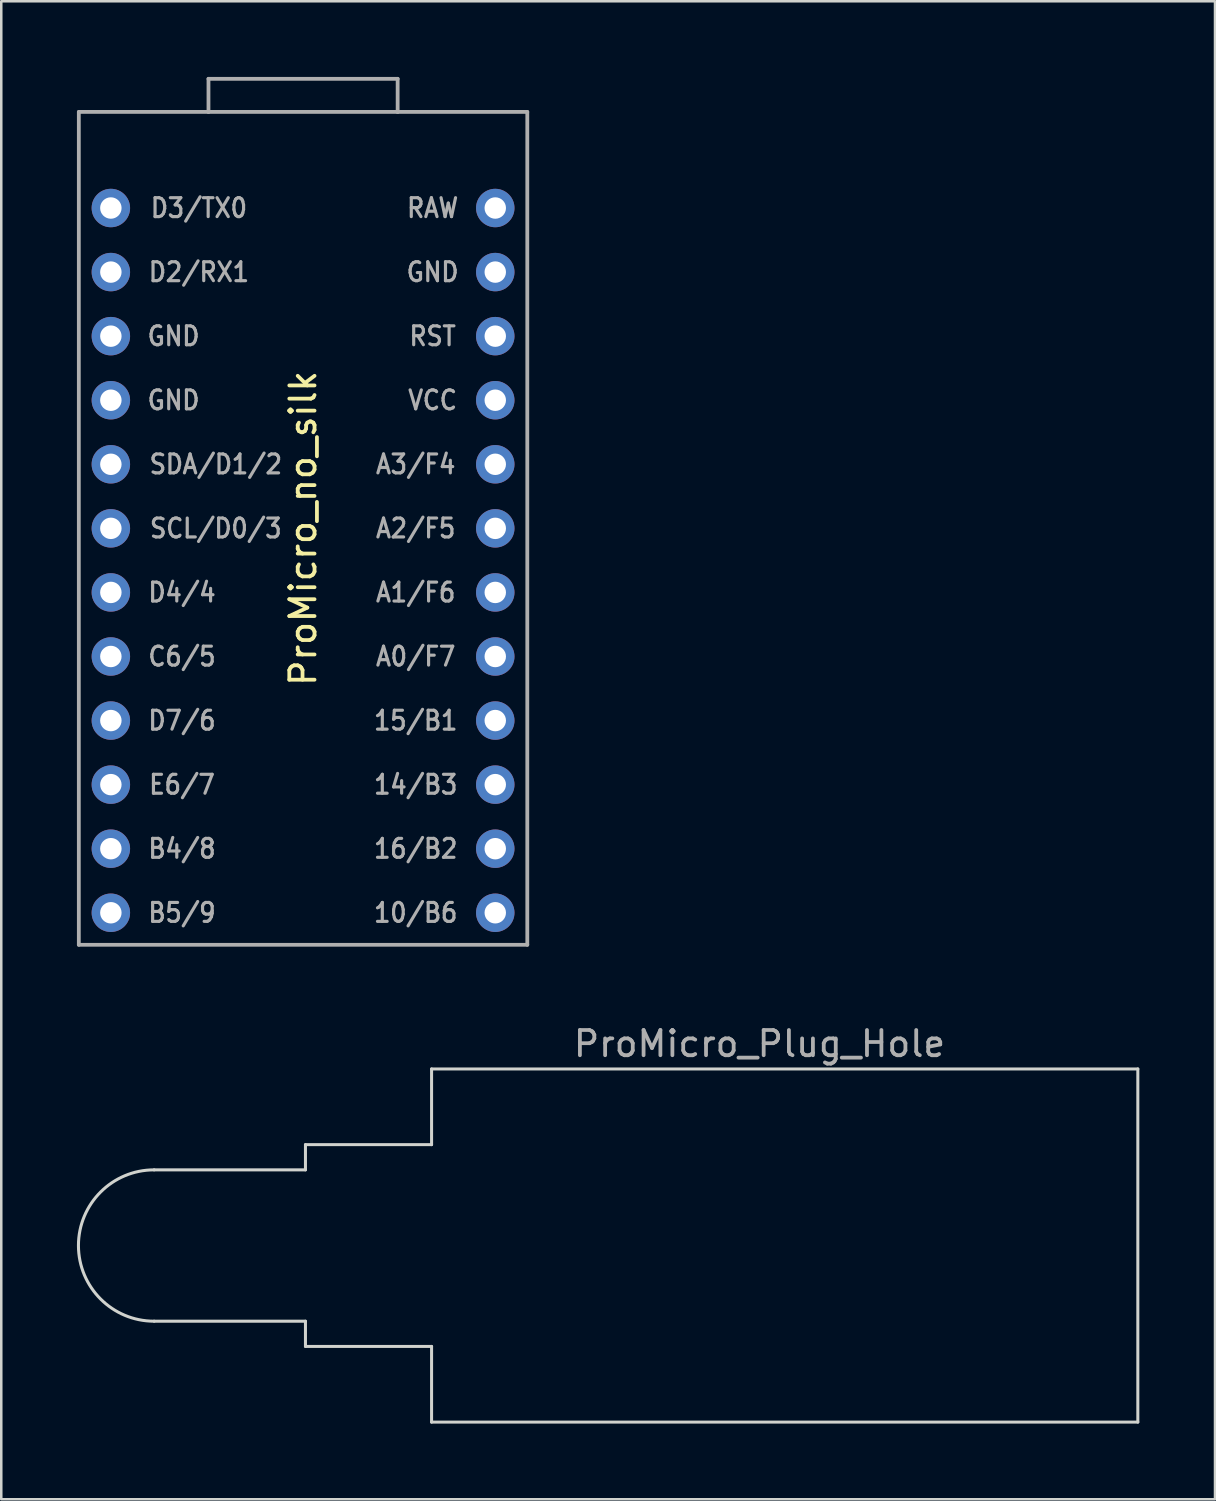
<source format=kicad_pcb>
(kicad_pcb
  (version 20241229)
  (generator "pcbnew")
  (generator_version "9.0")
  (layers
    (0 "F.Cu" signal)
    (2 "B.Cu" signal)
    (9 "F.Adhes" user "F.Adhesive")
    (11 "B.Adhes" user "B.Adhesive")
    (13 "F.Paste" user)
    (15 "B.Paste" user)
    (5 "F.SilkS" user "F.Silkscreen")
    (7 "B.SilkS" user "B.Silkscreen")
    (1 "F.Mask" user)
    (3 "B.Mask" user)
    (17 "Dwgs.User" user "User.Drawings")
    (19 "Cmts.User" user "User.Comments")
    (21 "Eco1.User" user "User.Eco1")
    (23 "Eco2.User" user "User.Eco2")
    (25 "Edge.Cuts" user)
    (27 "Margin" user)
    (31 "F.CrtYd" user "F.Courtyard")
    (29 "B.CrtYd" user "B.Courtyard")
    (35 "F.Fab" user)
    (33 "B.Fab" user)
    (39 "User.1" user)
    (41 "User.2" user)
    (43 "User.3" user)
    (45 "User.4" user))
  (footprint "ProMicro_Plug_Hole"
    (layer "F.Cu")
    (at 41.06 46.33)
    (property "Reference" "ProMicro_Plug_Hole" (at -14 -8 0) (layer "F.Fab") (effects (font (size 1 1) (thickness 0.15))))
    (attr through_hole)
    (fp_line (start -38 -3) (end -32 -3) (stroke (width 0.12) (type solid)) (layer "Edge.Cuts"))
    (fp_line (start -38 3) (end -32 3) (stroke (width 0.12) (type solid)) (layer "Edge.Cuts"))
    (fp_line (start -32 -4) (end -32 -3) (stroke (width 0.12) (type solid)) (layer "Edge.Cuts"))
    (fp_line (start -32 -4) (end -27 -4) (stroke (width 0.12) (type solid)) (layer "Edge.Cuts"))
    (fp_line (start -32 3) (end -32 4) (stroke (width 0.12) (type solid)) (layer "Edge.Cuts"))
    (fp_line (start -32 4) (end -27 4) (stroke (width 0.12) (type solid)) (layer "Edge.Cuts"))
    (fp_line (start -27 -7) (end -27 -4) (stroke (width 0.12) (type solid)) (layer "Edge.Cuts"))
    (fp_line (start -27 -7) (end 1 -7) (stroke (width 0.12) (type solid)) (layer "Edge.Cuts"))
    (fp_line (start -27 4) (end -27 7) (stroke (width 0.12) (type solid)) (layer "Edge.Cuts"))
    (fp_line (start -27 7) (end 1 7) (stroke (width 0.12) (type solid)) (layer "Edge.Cuts"))
    (fp_line (start 1 -7) (end 1 7) (stroke (width 0.12) (type solid)) (layer "Edge.Cuts"))
    (fp_arc (start -38 3) (mid -41 0) (end -38 -3) (stroke (width 0.12) (type solid)) (layer "Edge.Cuts")))
  (footprint "ProMicro_no_silk"
    (layer "F.Cu")
    (at 8.965 17.897)
    (property "Reference" "ProMicro_no_silk" (at 0 0 270) (layer "F.SilkS") (effects (font (size 1 1) (thickness 0.15))))
    (attr through_hole)
    (fp_line (start -8.89 -16.51) (end -3.75 -16.51) (stroke (width 0.15) (type solid)) (layer "F.Fab"))
    (fp_line (start -8.89 16.51) (end -8.89 -16.51) (stroke (width 0.15) (type solid)) (layer "F.Fab"))
    (fp_line (start -3.75 -17.822) (end -3.75 -16.51) (stroke (width 0.15) (type solid)) (layer "F.Fab"))
    (fp_line (start -3.75 -17.822) (end 3.75 -17.822) (stroke (width 0.15) (type solid)) (layer "F.Fab"))
    (fp_line (start -3.75 -16.51) (end 3.75 -16.51) (stroke (width 0.15) (type solid)) (layer "F.Fab"))
    (fp_line (start 3.75 -17.822) (end 3.75 -16.51) (stroke (width 0.15) (type solid)) (layer "F.Fab"))
    (fp_line (start 3.75 -16.51) (end 8.89 -16.51) (stroke (width 0.15) (type solid)) (layer "F.Fab"))
    (fp_line (start 8.89 -16.51) (end 8.89 16.51) (stroke (width 0.15) (type solid)) (layer "F.Fab"))
    (fp_line (start 8.89 16.51) (end -8.89 16.51) (stroke (width 0.15) (type solid)) (layer "F.Fab"))
    (fp_text user "E6/7" (at -4.799 10.16 0) (layer "F.Fab") (effects (font (size 0.75 0.67) (thickness 0.125))))
    (fp_text user "SCL/D0/3" (at -3.459 0 0) (layer "F.Fab") (effects (font (size 0.75 0.67) (thickness 0.125))))
    (fp_text user "15/B1" (at 4.466 7.62 0) (layer "F.Fab") (effects (font (size 0.75 0.67) (thickness 0.125))))
    (fp_text user "B4/8" (at -4.799 12.7 0) (layer "F.Fab") (effects (font (size 0.75 0.67) (thickness 0.125))))
    (fp_text user "A2/F5" (at 4.466 0 0) (layer "F.Fab") (effects (font (size 0.75 0.67) (thickness 0.125))))
    (fp_text user "SDA/D1/2" (at -3.459 -2.54 0) (layer "F.Fab") (effects (font (size 0.75 0.67) (thickness 0.125))))
    (fp_text user "16/B2" (at 4.466 12.7 0) (layer "F.Fab") (effects (font (size 0.75 0.67) (thickness 0.125))))
    (fp_text user "A1/F6" (at 4.466 2.54 0) (layer "F.Fab") (effects (font (size 0.75 0.67) (thickness 0.125))))
    (fp_text user "C6/5" (at -4.799 5.08 0) (layer "F.Fab") (effects (font (size 0.75 0.67) (thickness 0.125))))
    (fp_text user "RST" (at 5.136 -7.62 0) (layer "F.Fab") (effects (font (size 0.75 0.67) (thickness 0.125))))
    (fp_text user "RAW" (at 5.136 -12.7 0) (layer "F.Fab") (effects (font (size 0.75 0.67) (thickness 0.125))))
    (fp_text user "A3/F4" (at 4.466 -2.54 0) (layer "F.Fab") (effects (font (size 0.75 0.67) (thickness 0.125))))
    (fp_text user "B5/9" (at -4.799 15.24 0) (layer "F.Fab") (effects (font (size 0.75 0.67) (thickness 0.125))))
    (fp_text user "D7/6" (at -4.799 7.62 0) (layer "F.Fab") (effects (font (size 0.75 0.67) (thickness 0.125))))
    (fp_text user "14/B3" (at 4.466 10.16 0) (layer "F.Fab") (effects (font (size 0.75 0.67) (thickness 0.125))))
    (fp_text user "10/B6" (at 4.466 15.24 0) (layer "F.Fab") (effects (font (size 0.75 0.67) (thickness 0.125))))
    (fp_text user "D2/RX1" (at -4.129 -10.16 0) (layer "F.Fab") (effects (font (size 0.75 0.67) (thickness 0.125))))
    (fp_text user "A0/F7" (at 4.466 5.08 0) (layer "F.Fab") (effects (font (size 0.75 0.67) (thickness 0.125))))
    (fp_text user "GND" (at 5.136 -10.16 0) (layer "F.Fab") (effects (font (size 0.75 0.67) (thickness 0.125))))
    (fp_text user "GND" (at -5.134 -5.08 0) (layer "F.Fab") (effects (font (size 0.75 0.67) (thickness 0.125))))
    (fp_text user "D3/TX0" (at -4.129 -12.7 0) (layer "F.Fab") (effects (font (size 0.75 0.67) (thickness 0.125))))
    (fp_text user "GND" (at -5.134 -7.62 0) (layer "F.Fab") (effects (font (size 0.75 0.67) (thickness 0.125))))
    (fp_text user "D4/4" (at -4.799 2.54 0) (layer "F.Fab") (effects (font (size 0.75 0.67) (thickness 0.125))))
    (fp_text user "VCC" (at 5.136 -5.08 0) (layer "F.Fab") (effects (font (size 0.75 0.67) (thickness 0.125))))
    (pad "1" thru_hole circle (at -7.62 -12.7) (size 1.524 1.524) (drill 0.85) (layers "*.Cu" "*.Mask"))
    (pad "2" thru_hole circle (at -7.62 -10.16) (size 1.524 1.524) (drill 0.85) (layers "*.Cu" "*.Mask"))
    (pad "3" thru_hole circle (at -7.62 -7.62) (size 1.524 1.524) (drill 0.85) (layers "*.Cu" "*.Mask"))
    (pad "4" thru_hole circle (at -7.62 -5.08) (size 1.524 1.524) (drill 0.85) (layers "*.Cu" "*.Mask"))
    (pad "5" thru_hole circle (at -7.62 -2.54) (size 1.524 1.524) (drill 0.85) (layers "*.Cu" "*.Mask"))
    (pad "6" thru_hole circle (at -7.62 0) (size 1.524 1.524) (drill 0.85) (layers "*.Cu" "*.Mask"))
    (pad "7" thru_hole circle (at -7.62 2.54) (size 1.524 1.524) (drill 0.85) (layers "*.Cu" "*.Mask"))
    (pad "8" thru_hole circle (at -7.62 5.08) (size 1.524 1.524) (drill 0.85) (layers "*.Cu" "*.Mask"))
    (pad "9" thru_hole circle (at -7.62 7.62) (size 1.524 1.524) (drill 0.85) (layers "*.Cu" "*.Mask"))
    (pad "10" thru_hole circle (at -7.62 10.16) (size 1.524 1.524) (drill 0.85) (layers "*.Cu" "*.Mask"))
    (pad "11" thru_hole circle (at -7.62 12.7) (size 1.524 1.524) (drill 0.85) (layers "*.Cu" "*.Mask"))
    (pad "12" thru_hole circle (at -7.62 15.24) (size 1.524 1.524) (drill 0.85) (layers "*.Cu" "*.Mask"))
    (pad "13" thru_hole circle (at 7.62 15.24) (size 1.524 1.524) (drill 0.85) (layers "*.Cu" "*.Mask"))
    (pad "14" thru_hole circle (at 7.62 12.7) (size 1.524 1.524) (drill 0.85) (layers "*.Cu" "*.Mask"))
    (pad "15" thru_hole circle (at 7.62 10.16) (size 1.524 1.524) (drill 0.85) (layers "*.Cu" "*.Mask"))
    (pad "16" thru_hole circle (at 7.62 7.62) (size 1.524 1.524) (drill 0.85) (layers "*.Cu" "*.Mask"))
    (pad "17" thru_hole circle (at 7.62 5.08) (size 1.524 1.524) (drill 0.85) (layers "*.Cu" "*.Mask"))
    (pad "18" thru_hole circle (at 7.62 2.54) (size 1.524 1.524) (drill 0.85) (layers "*.Cu" "*.Mask"))
    (pad "19" thru_hole circle (at 7.62 0) (size 1.524 1.524) (drill 0.85) (layers "*.Cu" "*.Mask"))
    (pad "20" thru_hole circle (at 7.62 -2.54) (size 1.524 1.524) (drill 0.85) (layers "*.Cu" "*.Mask"))
    (pad "21" thru_hole circle (at 7.62 -5.08) (size 1.524 1.524) (drill 0.85) (layers "*.Cu" "*.Mask"))
    (pad "22" thru_hole circle (at 7.62 -7.62) (size 1.524 1.524) (drill 0.85) (layers "*.Cu" "*.Mask"))
    (pad "23" thru_hole circle (at 7.62 -10.16) (size 1.524 1.524) (drill 0.85) (layers "*.Cu" "*.Mask"))
    (pad "24" thru_hole circle (at 7.62 -12.7) (size 1.524 1.524) (drill 0.85) (layers "*.Cu" "*.Mask")))
  (gr_rect
    (start -3 -3)
    (end 45.12 56.39)
    (stroke (width 0.1) (type default))
    (fill no)
    (layer "Edge.Cuts")))
</source>
